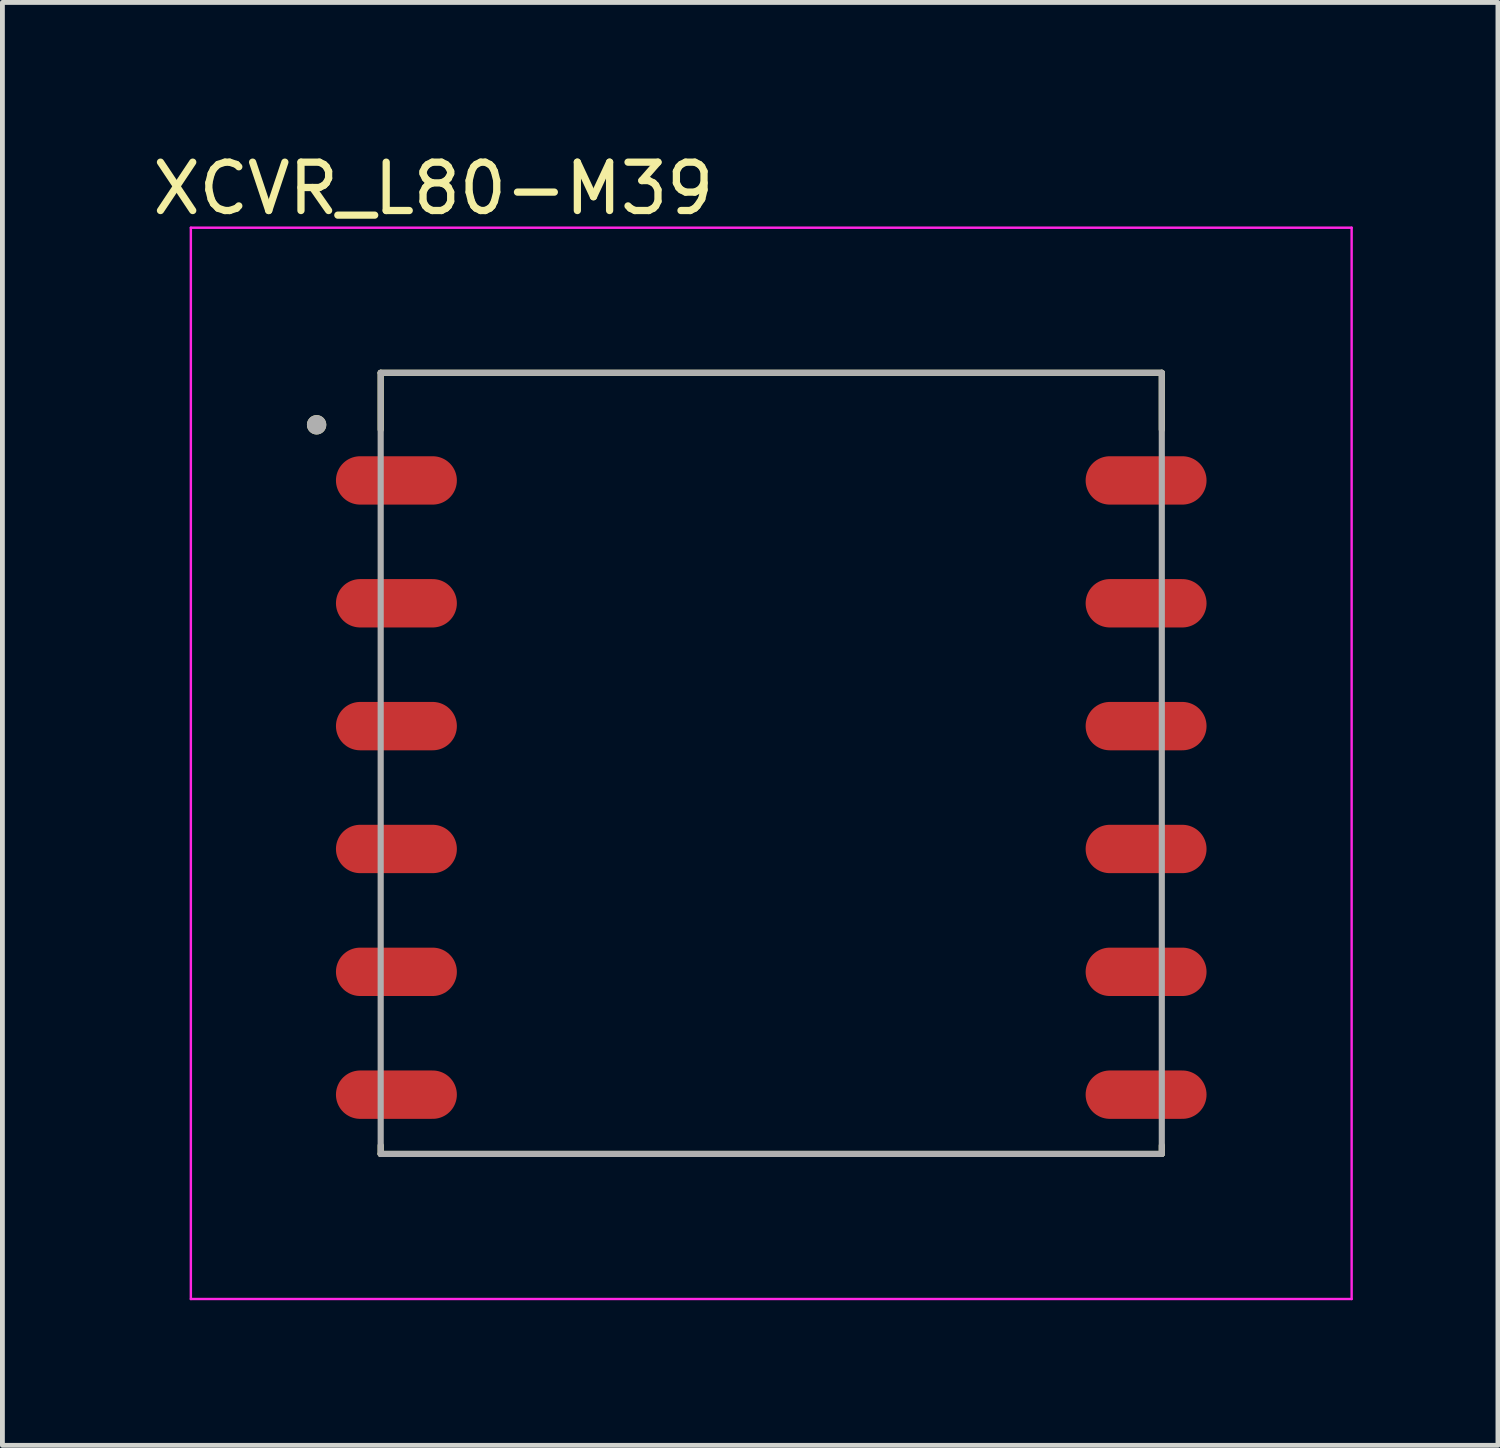
<source format=kicad_pcb>
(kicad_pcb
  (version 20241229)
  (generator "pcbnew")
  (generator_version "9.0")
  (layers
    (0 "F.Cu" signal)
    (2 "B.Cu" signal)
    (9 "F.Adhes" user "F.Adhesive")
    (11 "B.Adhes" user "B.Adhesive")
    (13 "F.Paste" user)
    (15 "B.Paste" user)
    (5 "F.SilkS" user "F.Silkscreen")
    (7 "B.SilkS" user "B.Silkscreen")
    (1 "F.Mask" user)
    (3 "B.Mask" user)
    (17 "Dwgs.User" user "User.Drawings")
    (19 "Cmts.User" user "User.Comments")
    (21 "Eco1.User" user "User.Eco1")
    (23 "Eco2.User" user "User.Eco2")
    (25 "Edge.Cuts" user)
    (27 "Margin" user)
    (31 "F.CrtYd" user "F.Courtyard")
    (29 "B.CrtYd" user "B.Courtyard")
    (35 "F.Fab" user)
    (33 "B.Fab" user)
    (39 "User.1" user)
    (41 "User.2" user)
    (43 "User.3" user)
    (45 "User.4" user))
  (footprint "XCVR_L80-M39"
    (layer "F.Cu")
    (at 12.896 13.233)
    (property "Reference" "XCVR_L80-M39" (at -6.985 -12.385 0) (layer "F.SilkS") (effects (font (size 1 1) (thickness 0.15))))
    (attr through_hole)
    (fp_line (start -8.075 -8.575) (end -8.075 -7.4) (stroke (width 0.127) (type solid)) (layer "F.SilkS"))
    (fp_line (start -8.075 -8.575) (end 8.075 -8.575) (stroke (width 0.127) (type solid)) (layer "F.SilkS"))
    (fp_line (start -8.075 7.575) (end -8.075 7.4) (stroke (width 0.127) (type solid)) (layer "F.SilkS"))
    (fp_line (start 8.075 -8.575) (end 8.075 -7.4) (stroke (width 0.127) (type solid)) (layer "F.SilkS"))
    (fp_line (start 8.075 7.575) (end -8.075 7.575) (stroke (width 0.127) (type solid)) (layer "F.SilkS"))
    (fp_line (start 8.075 7.575) (end 8.075 7.4) (stroke (width 0.127) (type solid)) (layer "F.SilkS"))
    (fp_circle (center -9.4 -7.5) (end -9.3 -7.5) (stroke (width 0.2) (type solid)) (fill no) (layer "F.SilkS"))
    (fp_poly (pts (xy -8 -6.85) (xy -7.1 -6.85) (xy -7.048 -6.847) (xy -6.996 -6.839) (xy -6.945 -6.826) (xy -6.897 -6.807) (xy -6.85 -6.783) (xy -6.806 -6.755) (xy -6.765 -6.722) (xy -6.728 -6.685) (xy -6.695 -6.644) (xy -6.667 -6.6) (xy -6.643 -6.553) (xy -6.624 -6.505) (xy -6.611 -6.454) (xy -6.603 -6.402) (xy -6.6 -6.35) (xy -6.603 -6.298) (xy -6.611 -6.246) (xy -6.624 -6.195) (xy -6.643 -6.147) (xy -6.667 -6.1) (xy -6.695 -6.056) (xy -6.728 -6.015) (xy -6.765 -5.978) (xy -6.806 -5.945) (xy -6.85 -5.917) (xy -6.897 -5.893) (xy -6.945 -5.874) (xy -6.996 -5.861) (xy -7.048 -5.853) (xy -7.1 -5.85) (xy -8.9 -5.85) (xy -8.952 -5.853) (xy -9.004 -5.861) (xy -9.055 -5.874) (xy -9.103 -5.893) (xy -9.15 -5.917) (xy -9.194 -5.945) (xy -9.235 -5.978) (xy -9.272 -6.015) (xy -9.305 -6.056) (xy -9.333 -6.1) (xy -9.357 -6.147) (xy -9.376 -6.195) (xy -9.389 -6.246) (xy -9.397 -6.298) (xy -9.4 -6.35) (xy -9.397 -6.402) (xy -9.389 -6.454) (xy -9.376 -6.505) (xy -9.357 -6.553) (xy -9.333 -6.6) (xy -9.305 -6.644) (xy -9.272 -6.685) (xy -9.235 -6.722) (xy -9.194 -6.755) (xy -9.15 -6.783) (xy -9.103 -6.807) (xy -9.055 -6.826) (xy -9.004 -6.839) (xy -8.952 -6.847) (xy -8.9 -6.85) (xy -8 -6.85)) (stroke (width 0.0001) (type solid)) (fill yes) (layer "F.Paste"))
    (fp_poly (pts (xy -8 -4.31) (xy -7.1 -4.31) (xy -7.048 -4.307) (xy -6.996 -4.299) (xy -6.945 -4.286) (xy -6.897 -4.267) (xy -6.85 -4.243) (xy -6.806 -4.215) (xy -6.765 -4.182) (xy -6.728 -4.145) (xy -6.695 -4.104) (xy -6.667 -4.06) (xy -6.643 -4.013) (xy -6.624 -3.965) (xy -6.611 -3.914) (xy -6.603 -3.862) (xy -6.6 -3.81) (xy -6.603 -3.758) (xy -6.611 -3.706) (xy -6.624 -3.655) (xy -6.643 -3.607) (xy -6.667 -3.56) (xy -6.695 -3.516) (xy -6.728 -3.475) (xy -6.765 -3.438) (xy -6.806 -3.405) (xy -6.85 -3.377) (xy -6.897 -3.353) (xy -6.945 -3.334) (xy -6.996 -3.321) (xy -7.048 -3.313) (xy -7.1 -3.31) (xy -8.9 -3.31) (xy -8.952 -3.313) (xy -9.004 -3.321) (xy -9.055 -3.334) (xy -9.103 -3.353) (xy -9.15 -3.377) (xy -9.194 -3.405) (xy -9.235 -3.438) (xy -9.272 -3.475) (xy -9.305 -3.516) (xy -9.333 -3.56) (xy -9.357 -3.607) (xy -9.376 -3.655) (xy -9.389 -3.706) (xy -9.397 -3.758) (xy -9.4 -3.81) (xy -9.397 -3.862) (xy -9.389 -3.914) (xy -9.376 -3.965) (xy -9.357 -4.013) (xy -9.333 -4.06) (xy -9.305 -4.104) (xy -9.272 -4.145) (xy -9.235 -4.182) (xy -9.194 -4.215) (xy -9.15 -4.243) (xy -9.103 -4.267) (xy -9.055 -4.286) (xy -9.004 -4.299) (xy -8.952 -4.307) (xy -8.9 -4.31) (xy -8 -4.31)) (stroke (width 0.0001) (type solid)) (fill yes) (layer "F.Paste"))
    (fp_poly (pts (xy -8 -1.77) (xy -7.1 -1.77) (xy -7.048 -1.767) (xy -6.996 -1.759) (xy -6.945 -1.746) (xy -6.897 -1.727) (xy -6.85 -1.703) (xy -6.806 -1.675) (xy -6.765 -1.642) (xy -6.728 -1.605) (xy -6.695 -1.564) (xy -6.667 -1.52) (xy -6.643 -1.473) (xy -6.624 -1.425) (xy -6.611 -1.374) (xy -6.603 -1.322) (xy -6.6 -1.27) (xy -6.603 -1.218) (xy -6.611 -1.166) (xy -6.624 -1.115) (xy -6.643 -1.067) (xy -6.667 -1.02) (xy -6.695 -0.976) (xy -6.728 -0.935) (xy -6.765 -0.898) (xy -6.806 -0.865) (xy -6.85 -0.837) (xy -6.897 -0.813) (xy -6.945 -0.794) (xy -6.996 -0.781) (xy -7.048 -0.773) (xy -7.1 -0.77) (xy -8.9 -0.77) (xy -8.952 -0.773) (xy -9.004 -0.781) (xy -9.055 -0.794) (xy -9.103 -0.813) (xy -9.15 -0.837) (xy -9.194 -0.865) (xy -9.235 -0.898) (xy -9.272 -0.935) (xy -9.305 -0.976) (xy -9.333 -1.02) (xy -9.357 -1.067) (xy -9.376 -1.115) (xy -9.389 -1.166) (xy -9.397 -1.218) (xy -9.4 -1.27) (xy -9.397 -1.322) (xy -9.389 -1.374) (xy -9.376 -1.425) (xy -9.357 -1.473) (xy -9.333 -1.52) (xy -9.305 -1.564) (xy -9.272 -1.605) (xy -9.235 -1.642) (xy -9.194 -1.675) (xy -9.15 -1.703) (xy -9.103 -1.727) (xy -9.055 -1.746) (xy -9.004 -1.759) (xy -8.952 -1.767) (xy -8.9 -1.77) (xy -8 -1.77)) (stroke (width 0.0001) (type solid)) (fill yes) (layer "F.Paste"))
    (fp_poly (pts (xy -8 0.77) (xy -7.1 0.77) (xy -7.048 0.773) (xy -6.996 0.781) (xy -6.945 0.794) (xy -6.897 0.813) (xy -6.85 0.837) (xy -6.806 0.865) (xy -6.765 0.898) (xy -6.728 0.935) (xy -6.695 0.976) (xy -6.667 1.02) (xy -6.643 1.067) (xy -6.624 1.115) (xy -6.611 1.166) (xy -6.603 1.218) (xy -6.6 1.27) (xy -6.603 1.322) (xy -6.611 1.374) (xy -6.624 1.425) (xy -6.643 1.473) (xy -6.667 1.52) (xy -6.695 1.564) (xy -6.728 1.605) (xy -6.765 1.642) (xy -6.806 1.675) (xy -6.85 1.703) (xy -6.897 1.727) (xy -6.945 1.746) (xy -6.996 1.759) (xy -7.048 1.767) (xy -7.1 1.77) (xy -8.9 1.77) (xy -8.952 1.767) (xy -9.004 1.759) (xy -9.055 1.746) (xy -9.103 1.727) (xy -9.15 1.703) (xy -9.194 1.675) (xy -9.235 1.642) (xy -9.272 1.605) (xy -9.305 1.564) (xy -9.333 1.52) (xy -9.357 1.473) (xy -9.376 1.425) (xy -9.389 1.374) (xy -9.397 1.322) (xy -9.4 1.27) (xy -9.397 1.218) (xy -9.389 1.166) (xy -9.376 1.115) (xy -9.357 1.067) (xy -9.333 1.02) (xy -9.305 0.976) (xy -9.272 0.935) (xy -9.235 0.898) (xy -9.194 0.865) (xy -9.15 0.837) (xy -9.103 0.813) (xy -9.055 0.794) (xy -9.004 0.781) (xy -8.952 0.773) (xy -8.9 0.77) (xy -8 0.77)) (stroke (width 0.0001) (type solid)) (fill yes) (layer "F.Paste"))
    (fp_poly (pts (xy -8 3.31) (xy -7.1 3.31) (xy -7.048 3.313) (xy -6.996 3.321) (xy -6.945 3.334) (xy -6.897 3.353) (xy -6.85 3.377) (xy -6.806 3.405) (xy -6.765 3.438) (xy -6.728 3.475) (xy -6.695 3.516) (xy -6.667 3.56) (xy -6.643 3.607) (xy -6.624 3.655) (xy -6.611 3.706) (xy -6.603 3.758) (xy -6.6 3.81) (xy -6.603 3.862) (xy -6.611 3.914) (xy -6.624 3.965) (xy -6.643 4.013) (xy -6.667 4.06) (xy -6.695 4.104) (xy -6.728 4.145) (xy -6.765 4.182) (xy -6.806 4.215) (xy -6.85 4.243) (xy -6.897 4.267) (xy -6.945 4.286) (xy -6.996 4.299) (xy -7.048 4.307) (xy -7.1 4.31) (xy -8.9 4.31) (xy -8.952 4.307) (xy -9.004 4.299) (xy -9.055 4.286) (xy -9.103 4.267) (xy -9.15 4.243) (xy -9.194 4.215) (xy -9.235 4.182) (xy -9.272 4.145) (xy -9.305 4.104) (xy -9.333 4.06) (xy -9.357 4.013) (xy -9.376 3.965) (xy -9.389 3.914) (xy -9.397 3.862) (xy -9.4 3.81) (xy -9.397 3.758) (xy -9.389 3.706) (xy -9.376 3.655) (xy -9.357 3.607) (xy -9.333 3.56) (xy -9.305 3.516) (xy -9.272 3.475) (xy -9.235 3.438) (xy -9.194 3.405) (xy -9.15 3.377) (xy -9.103 3.353) (xy -9.055 3.334) (xy -9.004 3.321) (xy -8.952 3.313) (xy -8.9 3.31) (xy -8 3.31)) (stroke (width 0.0001) (type solid)) (fill yes) (layer "F.Paste"))
    (fp_poly (pts (xy -8 5.85) (xy -7.1 5.85) (xy -7.048 5.853) (xy -6.996 5.861) (xy -6.945 5.874) (xy -6.897 5.893) (xy -6.85 5.917) (xy -6.806 5.945) (xy -6.765 5.978) (xy -6.728 6.015) (xy -6.695 6.056) (xy -6.667 6.1) (xy -6.643 6.147) (xy -6.624 6.195) (xy -6.611 6.246) (xy -6.603 6.298) (xy -6.6 6.35) (xy -6.603 6.402) (xy -6.611 6.454) (xy -6.624 6.505) (xy -6.643 6.553) (xy -6.667 6.6) (xy -6.695 6.644) (xy -6.728 6.685) (xy -6.765 6.722) (xy -6.806 6.755) (xy -6.85 6.783) (xy -6.897 6.807) (xy -6.945 6.826) (xy -6.996 6.839) (xy -7.048 6.847) (xy -7.1 6.85) (xy -8.9 6.85) (xy -8.952 6.847) (xy -9.004 6.839) (xy -9.055 6.826) (xy -9.103 6.807) (xy -9.15 6.783) (xy -9.194 6.755) (xy -9.235 6.722) (xy -9.272 6.685) (xy -9.305 6.644) (xy -9.333 6.6) (xy -9.357 6.553) (xy -9.376 6.505) (xy -9.389 6.454) (xy -9.397 6.402) (xy -9.4 6.35) (xy -9.397 6.298) (xy -9.389 6.246) (xy -9.376 6.195) (xy -9.357 6.147) (xy -9.333 6.1) (xy -9.305 6.056) (xy -9.272 6.015) (xy -9.235 5.978) (xy -9.194 5.945) (xy -9.15 5.917) (xy -9.103 5.893) (xy -9.055 5.874) (xy -9.004 5.861) (xy -8.952 5.853) (xy -8.9 5.85) (xy -8 5.85)) (stroke (width 0.0001) (type solid)) (fill yes) (layer "F.Paste"))
    (fp_poly (pts (xy 8 -6.85) (xy 8.9 -6.85) (xy 8.952 -6.847) (xy 9.004 -6.839) (xy 9.055 -6.826) (xy 9.103 -6.807) (xy 9.15 -6.783) (xy 9.194 -6.755) (xy 9.235 -6.722) (xy 9.272 -6.685) (xy 9.305 -6.644) (xy 9.333 -6.6) (xy 9.357 -6.553) (xy 9.376 -6.505) (xy 9.389 -6.454) (xy 9.397 -6.402) (xy 9.4 -6.35) (xy 9.397 -6.298) (xy 9.389 -6.246) (xy 9.376 -6.195) (xy 9.357 -6.147) (xy 9.333 -6.1) (xy 9.305 -6.056) (xy 9.272 -6.015) (xy 9.235 -5.978) (xy 9.194 -5.945) (xy 9.15 -5.917) (xy 9.103 -5.893) (xy 9.055 -5.874) (xy 9.004 -5.861) (xy 8.952 -5.853) (xy 8.9 -5.85) (xy 7.1 -5.85) (xy 7.048 -5.853) (xy 6.996 -5.861) (xy 6.945 -5.874) (xy 6.897 -5.893) (xy 6.85 -5.917) (xy 6.806 -5.945) (xy 6.765 -5.978) (xy 6.728 -6.015) (xy 6.695 -6.056) (xy 6.667 -6.1) (xy 6.643 -6.147) (xy 6.624 -6.195) (xy 6.611 -6.246) (xy 6.603 -6.298) (xy 6.6 -6.35) (xy 6.603 -6.402) (xy 6.611 -6.454) (xy 6.624 -6.505) (xy 6.643 -6.553) (xy 6.667 -6.6) (xy 6.695 -6.644) (xy 6.728 -6.685) (xy 6.765 -6.722) (xy 6.806 -6.755) (xy 6.85 -6.783) (xy 6.897 -6.807) (xy 6.945 -6.826) (xy 6.996 -6.839) (xy 7.048 -6.847) (xy 7.1 -6.85) (xy 8 -6.85)) (stroke (width 0.0001) (type solid)) (fill yes) (layer "F.Paste"))
    (fp_poly (pts (xy 8 -4.31) (xy 8.9 -4.31) (xy 8.952 -4.307) (xy 9.004 -4.299) (xy 9.055 -4.286) (xy 9.103 -4.267) (xy 9.15 -4.243) (xy 9.194 -4.215) (xy 9.235 -4.182) (xy 9.272 -4.145) (xy 9.305 -4.104) (xy 9.333 -4.06) (xy 9.357 -4.013) (xy 9.376 -3.965) (xy 9.389 -3.914) (xy 9.397 -3.862) (xy 9.4 -3.81) (xy 9.397 -3.758) (xy 9.389 -3.706) (xy 9.376 -3.655) (xy 9.357 -3.607) (xy 9.333 -3.56) (xy 9.305 -3.516) (xy 9.272 -3.475) (xy 9.235 -3.438) (xy 9.194 -3.405) (xy 9.15 -3.377) (xy 9.103 -3.353) (xy 9.055 -3.334) (xy 9.004 -3.321) (xy 8.952 -3.313) (xy 8.9 -3.31) (xy 7.1 -3.31) (xy 7.048 -3.313) (xy 6.996 -3.321) (xy 6.945 -3.334) (xy 6.897 -3.353) (xy 6.85 -3.377) (xy 6.806 -3.405) (xy 6.765 -3.438) (xy 6.728 -3.475) (xy 6.695 -3.516) (xy 6.667 -3.56) (xy 6.643 -3.607) (xy 6.624 -3.655) (xy 6.611 -3.706) (xy 6.603 -3.758) (xy 6.6 -3.81) (xy 6.603 -3.862) (xy 6.611 -3.914) (xy 6.624 -3.965) (xy 6.643 -4.013) (xy 6.667 -4.06) (xy 6.695 -4.104) (xy 6.728 -4.145) (xy 6.765 -4.182) (xy 6.806 -4.215) (xy 6.85 -4.243) (xy 6.897 -4.267) (xy 6.945 -4.286) (xy 6.996 -4.299) (xy 7.048 -4.307) (xy 7.1 -4.31) (xy 8 -4.31)) (stroke (width 0.0001) (type solid)) (fill yes) (layer "F.Paste"))
    (fp_poly (pts (xy 8 -1.77) (xy 8.9 -1.77) (xy 8.952 -1.767) (xy 9.004 -1.759) (xy 9.055 -1.746) (xy 9.103 -1.727) (xy 9.15 -1.703) (xy 9.194 -1.675) (xy 9.235 -1.642) (xy 9.272 -1.605) (xy 9.305 -1.564) (xy 9.333 -1.52) (xy 9.357 -1.473) (xy 9.376 -1.425) (xy 9.389 -1.374) (xy 9.397 -1.322) (xy 9.4 -1.27) (xy 9.397 -1.218) (xy 9.389 -1.166) (xy 9.376 -1.115) (xy 9.357 -1.067) (xy 9.333 -1.02) (xy 9.305 -0.976) (xy 9.272 -0.935) (xy 9.235 -0.898) (xy 9.194 -0.865) (xy 9.15 -0.837) (xy 9.103 -0.813) (xy 9.055 -0.794) (xy 9.004 -0.781) (xy 8.952 -0.773) (xy 8.9 -0.77) (xy 7.1 -0.77) (xy 7.048 -0.773) (xy 6.996 -0.781) (xy 6.945 -0.794) (xy 6.897 -0.813) (xy 6.85 -0.837) (xy 6.806 -0.865) (xy 6.765 -0.898) (xy 6.728 -0.935) (xy 6.695 -0.976) (xy 6.667 -1.02) (xy 6.643 -1.067) (xy 6.624 -1.115) (xy 6.611 -1.166) (xy 6.603 -1.218) (xy 6.6 -1.27) (xy 6.603 -1.322) (xy 6.611 -1.374) (xy 6.624 -1.425) (xy 6.643 -1.473) (xy 6.667 -1.52) (xy 6.695 -1.564) (xy 6.728 -1.605) (xy 6.765 -1.642) (xy 6.806 -1.675) (xy 6.85 -1.703) (xy 6.897 -1.727) (xy 6.945 -1.746) (xy 6.996 -1.759) (xy 7.048 -1.767) (xy 7.1 -1.77) (xy 8 -1.77)) (stroke (width 0.0001) (type solid)) (fill yes) (layer "F.Paste"))
    (fp_poly (pts (xy 8 0.77) (xy 8.9 0.77) (xy 8.952 0.773) (xy 9.004 0.781) (xy 9.055 0.794) (xy 9.103 0.813) (xy 9.15 0.837) (xy 9.194 0.865) (xy 9.235 0.898) (xy 9.272 0.935) (xy 9.305 0.976) (xy 9.333 1.02) (xy 9.357 1.067) (xy 9.376 1.115) (xy 9.389 1.166) (xy 9.397 1.218) (xy 9.4 1.27) (xy 9.397 1.322) (xy 9.389 1.374) (xy 9.376 1.425) (xy 9.357 1.473) (xy 9.333 1.52) (xy 9.305 1.564) (xy 9.272 1.605) (xy 9.235 1.642) (xy 9.194 1.675) (xy 9.15 1.703) (xy 9.103 1.727) (xy 9.055 1.746) (xy 9.004 1.759) (xy 8.952 1.767) (xy 8.9 1.77) (xy 7.1 1.77) (xy 7.048 1.767) (xy 6.996 1.759) (xy 6.945 1.746) (xy 6.897 1.727) (xy 6.85 1.703) (xy 6.806 1.675) (xy 6.765 1.642) (xy 6.728 1.605) (xy 6.695 1.564) (xy 6.667 1.52) (xy 6.643 1.473) (xy 6.624 1.425) (xy 6.611 1.374) (xy 6.603 1.322) (xy 6.6 1.27) (xy 6.603 1.218) (xy 6.611 1.166) (xy 6.624 1.115) (xy 6.643 1.067) (xy 6.667 1.02) (xy 6.695 0.976) (xy 6.728 0.935) (xy 6.765 0.898) (xy 6.806 0.865) (xy 6.85 0.837) (xy 6.897 0.813) (xy 6.945 0.794) (xy 6.996 0.781) (xy 7.048 0.773) (xy 7.1 0.77) (xy 8 0.77)) (stroke (width 0.0001) (type solid)) (fill yes) (layer "F.Paste"))
    (fp_poly (pts (xy 8 3.31) (xy 8.9 3.31) (xy 8.952 3.313) (xy 9.004 3.321) (xy 9.055 3.334) (xy 9.103 3.353) (xy 9.15 3.377) (xy 9.194 3.405) (xy 9.235 3.438) (xy 9.272 3.475) (xy 9.305 3.516) (xy 9.333 3.56) (xy 9.357 3.607) (xy 9.376 3.655) (xy 9.389 3.706) (xy 9.397 3.758) (xy 9.4 3.81) (xy 9.397 3.862) (xy 9.389 3.914) (xy 9.376 3.965) (xy 9.357 4.013) (xy 9.333 4.06) (xy 9.305 4.104) (xy 9.272 4.145) (xy 9.235 4.182) (xy 9.194 4.215) (xy 9.15 4.243) (xy 9.103 4.267) (xy 9.055 4.286) (xy 9.004 4.299) (xy 8.952 4.307) (xy 8.9 4.31) (xy 7.1 4.31) (xy 7.048 4.307) (xy 6.996 4.299) (xy 6.945 4.286) (xy 6.897 4.267) (xy 6.85 4.243) (xy 6.806 4.215) (xy 6.765 4.182) (xy 6.728 4.145) (xy 6.695 4.104) (xy 6.667 4.06) (xy 6.643 4.013) (xy 6.624 3.965) (xy 6.611 3.914) (xy 6.603 3.862) (xy 6.6 3.81) (xy 6.603 3.758) (xy 6.611 3.706) (xy 6.624 3.655) (xy 6.643 3.607) (xy 6.667 3.56) (xy 6.695 3.516) (xy 6.728 3.475) (xy 6.765 3.438) (xy 6.806 3.405) (xy 6.85 3.377) (xy 6.897 3.353) (xy 6.945 3.334) (xy 6.996 3.321) (xy 7.048 3.313) (xy 7.1 3.31) (xy 8 3.31)) (stroke (width 0.0001) (type solid)) (fill yes) (layer "F.Paste"))
    (fp_poly (pts (xy 8 5.85) (xy 8.9 5.85) (xy 8.952 5.853) (xy 9.004 5.861) (xy 9.055 5.874) (xy 9.103 5.893) (xy 9.15 5.917) (xy 9.194 5.945) (xy 9.235 5.978) (xy 9.272 6.015) (xy 9.305 6.056) (xy 9.333 6.1) (xy 9.357 6.147) (xy 9.376 6.195) (xy 9.389 6.246) (xy 9.397 6.298) (xy 9.4 6.35) (xy 9.397 6.402) (xy 9.389 6.454) (xy 9.376 6.505) (xy 9.357 6.553) (xy 9.333 6.6) (xy 9.305 6.644) (xy 9.272 6.685) (xy 9.235 6.722) (xy 9.194 6.755) (xy 9.15 6.783) (xy 9.103 6.807) (xy 9.055 6.826) (xy 9.004 6.839) (xy 8.952 6.847) (xy 8.9 6.85) (xy 7.1 6.85) (xy 7.048 6.847) (xy 6.996 6.839) (xy 6.945 6.826) (xy 6.897 6.807) (xy 6.85 6.783) (xy 6.806 6.755) (xy 6.765 6.722) (xy 6.728 6.685) (xy 6.695 6.644) (xy 6.667 6.6) (xy 6.643 6.553) (xy 6.624 6.505) (xy 6.611 6.454) (xy 6.603 6.402) (xy 6.6 6.35) (xy 6.603 6.298) (xy 6.611 6.246) (xy 6.624 6.195) (xy 6.643 6.147) (xy 6.667 6.1) (xy 6.695 6.056) (xy 6.728 6.015) (xy 6.765 5.978) (xy 6.806 5.945) (xy 6.85 5.917) (xy 6.897 5.893) (xy 6.945 5.874) (xy 6.996 5.861) (xy 7.048 5.853) (xy 7.1 5.85) (xy 8 5.85)) (stroke (width 0.0001) (type solid)) (fill yes) (layer "F.Paste"))
    (fp_line (start -12 -11.575) (end 12 -11.575) (stroke (width 0.05) (type solid)) (layer "F.CrtYd"))
    (fp_line (start -12 10.575) (end -12 -11.575) (stroke (width 0.05) (type solid)) (layer "F.CrtYd"))
    (fp_line (start 12 -11.575) (end 12 10.575) (stroke (width 0.05) (type solid)) (layer "F.CrtYd"))
    (fp_line (start 12 10.575) (end -12 10.575) (stroke (width 0.05) (type solid)) (layer "F.CrtYd"))
    (fp_line (start -8.075 -8.575) (end 8.075 -8.575) (stroke (width 0.127) (type solid)) (layer "F.Fab"))
    (fp_line (start -8.075 7.575) (end -8.075 -8.575) (stroke (width 0.127) (type solid)) (layer "F.Fab"))
    (fp_line (start 8.075 -8.575) (end 8.075 7.575) (stroke (width 0.127) (type solid)) (layer "F.Fab"))
    (fp_line (start 8.075 7.575) (end -8.075 7.575) (stroke (width 0.127) (type solid)) (layer "F.Fab"))
    (fp_circle (center -9.4 -7.5) (end -9.3 -7.5) (stroke (width 0.2) (type solid)) (fill no) (layer "F.Fab"))
    (pad "1" smd oval (at -7.75 -6.35) (size 2.5 1) (layers "F.Cu" "F.Mask"))
    (pad "2" smd oval (at -7.75 -3.81) (size 2.5 1) (layers "F.Cu" "F.Mask"))
    (pad "3" smd oval (at -7.75 -1.27) (size 2.5 1) (layers "F.Cu" "F.Mask"))
    (pad "4" smd oval (at -7.75 1.27) (size 2.5 1) (layers "F.Cu" "F.Mask"))
    (pad "5" smd oval (at -7.75 3.81) (size 2.5 1) (layers "F.Cu" "F.Mask"))
    (pad "6" smd oval (at -7.75 6.35) (size 2.5 1) (layers "F.Cu" "F.Mask"))
    (pad "7" smd oval (at 7.75 6.35) (size 2.5 1) (layers "F.Cu" "F.Mask"))
    (pad "8" smd oval (at 7.75 3.81) (size 2.5 1) (layers "F.Cu" "F.Mask"))
    (pad "9" smd oval (at 7.75 1.27) (size 2.5 1) (layers "F.Cu" "F.Mask"))
    (pad "10" smd oval (at 7.75 -1.27) (size 2.5 1) (layers "F.Cu" "F.Mask"))
    (pad "11" smd oval (at 7.75 -3.81) (size 2.5 1) (layers "F.Cu" "F.Mask"))
    (pad "12" smd oval (at 7.75 -6.35) (size 2.5 1) (layers "F.Cu" "F.Mask")))
  (gr_rect
    (start -3 -3)
    (end 27.921 26.833)
    (stroke (width 0.1) (type default))
    (fill no)
    (layer "Edge.Cuts")))
</source>
